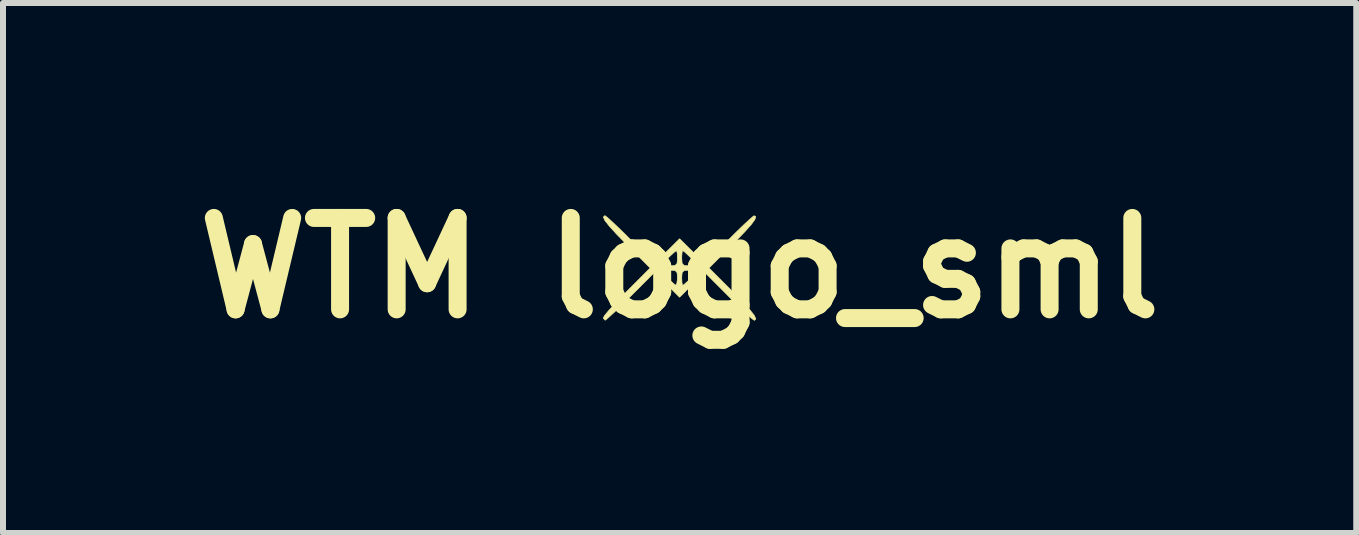
<source format=kicad_pcb>
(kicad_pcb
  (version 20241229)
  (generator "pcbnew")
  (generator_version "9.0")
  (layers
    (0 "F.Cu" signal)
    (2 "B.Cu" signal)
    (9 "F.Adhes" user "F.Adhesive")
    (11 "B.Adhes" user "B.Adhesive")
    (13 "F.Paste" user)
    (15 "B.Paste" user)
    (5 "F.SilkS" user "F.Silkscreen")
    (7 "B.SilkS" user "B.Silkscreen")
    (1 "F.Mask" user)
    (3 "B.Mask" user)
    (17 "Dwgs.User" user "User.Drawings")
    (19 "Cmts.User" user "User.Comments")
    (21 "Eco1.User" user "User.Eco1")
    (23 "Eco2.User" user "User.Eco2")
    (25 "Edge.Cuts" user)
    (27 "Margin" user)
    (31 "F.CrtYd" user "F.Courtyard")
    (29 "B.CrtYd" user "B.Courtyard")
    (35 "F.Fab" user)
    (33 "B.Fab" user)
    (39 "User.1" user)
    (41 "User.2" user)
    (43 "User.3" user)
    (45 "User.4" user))
  (footprint "WTM logo_sml"
    (layer "F.Cu")
    (at 8.28 1.418)
    (property "Reference" "WTM logo_sml" (at 0 0 0) (layer "F.SilkS") (effects (font (size 1.524 1.524) (thickness 0.3))))
    (attr through_hole)
    (fp_poly (pts (xy 1.27 -0.856) (xy 1.256 -0.809) (xy 1.196 -0.726) (xy 1.087 -0.604) (xy 0.928 -0.438) (xy 0.881 -0.391) (xy 0.491 0) (xy 0.881 0.391) (xy 1.053 0.567) (xy 1.174 0.7) (xy 1.246 0.792) (xy 1.271 0.848) (xy 1.253 0.87) (xy 1.242 0.871) (xy 1.208 0.846) (xy 1.133 0.779) (xy 1.026 0.678) (xy 0.896 0.551) (xy 0.817 0.472) (xy 0.419 0.073) (xy 0.209 0.28) (xy 0 0.488) (xy -0.209 0.28) (xy -0.419 0.073) (xy -0.817 0.472) (xy -0.955 0.609) (xy -1.076 0.726) (xy -1.171 0.813) (xy -1.229 0.863) (xy -1.242 0.871) (xy -1.268 0.842) (xy -1.27 0.826) (xy -1.246 0.786) (xy -1.178 0.705) (xy -1.077 0.594) (xy -0.95 0.462) (xy -0.881 0.391) (xy -0.543 0.052) (xy -0.29 0.052) (xy -0.267 0.089) (xy -0.211 0.153) (xy -0.143 0.221) (xy -0.086 0.272) (xy -0.064 0.286) (xy -0.046 0.257) (xy -0.037 0.181) (xy -0.036 0.163) (xy 0.036 0.163) (xy 0.04 0.247) (xy 0.05 0.289) (xy 0.052 0.29) (xy 0.084 0.267) (xy 0.148 0.209) (xy 0.179 0.179) (xy 0.247 0.107) (xy 0.286 0.06) (xy 0.29 0.052) (xy 0.258 0.041) (xy 0.18 0.036) (xy 0.163 0.036) (xy 0.078 0.042) (xy 0.043 0.074) (xy 0.036 0.154) (xy 0.036 0.163) (xy -0.036 0.163) (xy -0.042 0.078) (xy -0.074 0.043) (xy -0.154 0.036) (xy -0.163 0.036) (xy -0.247 0.04) (xy -0.289 0.05) (xy -0.29 0.052) (xy -0.543 0.052) (xy -0.491 0) (xy -0.543 -0.052) (xy -0.29 -0.052) (xy -0.258 -0.041) (xy -0.18 -0.036) (xy -0.163 -0.036) (xy -0.078 -0.042) (xy -0.043 -0.074) (xy -0.036 -0.154) (xy -0.036 -0.163) (xy 0.036 -0.163) (xy 0.042 -0.078) (xy 0.074 -0.043) (xy 0.154 -0.036) (xy 0.163 -0.036) (xy 0.247 -0.04) (xy 0.289 -0.05) (xy 0.29 -0.052) (xy 0.267 -0.085) (xy 0.211 -0.146) (xy 0.142 -0.214) (xy 0.082 -0.269) (xy 0.052 -0.29) (xy 0.041 -0.258) (xy 0.036 -0.18) (xy 0.036 -0.163) (xy -0.036 -0.163) (xy -0.04 -0.247) (xy -0.05 -0.289) (xy -0.052 -0.29) (xy -0.084 -0.267) (xy -0.148 -0.209) (xy -0.179 -0.179) (xy -0.247 -0.107) (xy -0.286 -0.06) (xy -0.29 -0.052) (xy -0.543 -0.052) (xy -0.881 -0.391) (xy -1.053 -0.567) (xy -1.174 -0.7) (xy -1.246 -0.792) (xy -1.271 -0.848) (xy -1.253 -0.87) (xy -1.242 -0.871) (xy -1.208 -0.846) (xy -1.133 -0.779) (xy -1.026 -0.678) (xy -0.896 -0.551) (xy -0.817 -0.472) (xy -0.419 -0.073) (xy 0 -0.488) (xy 0.419 -0.073) (xy 0.817 -0.472) (xy 0.955 -0.609) (xy 1.076 -0.726) (xy 1.171 -0.813) (xy 1.229 -0.863) (xy 1.242 -0.871) (xy 1.27 -0.856)) (stroke (width 0.01) (type solid)) (fill yes) (layer "F.SilkS")))
  (gr_rect
    (start -3 -3)
    (end 19.561 5.836)
    (stroke (width 0.1) (type default))
    (fill no)
    (layer "Edge.Cuts")))
</source>
